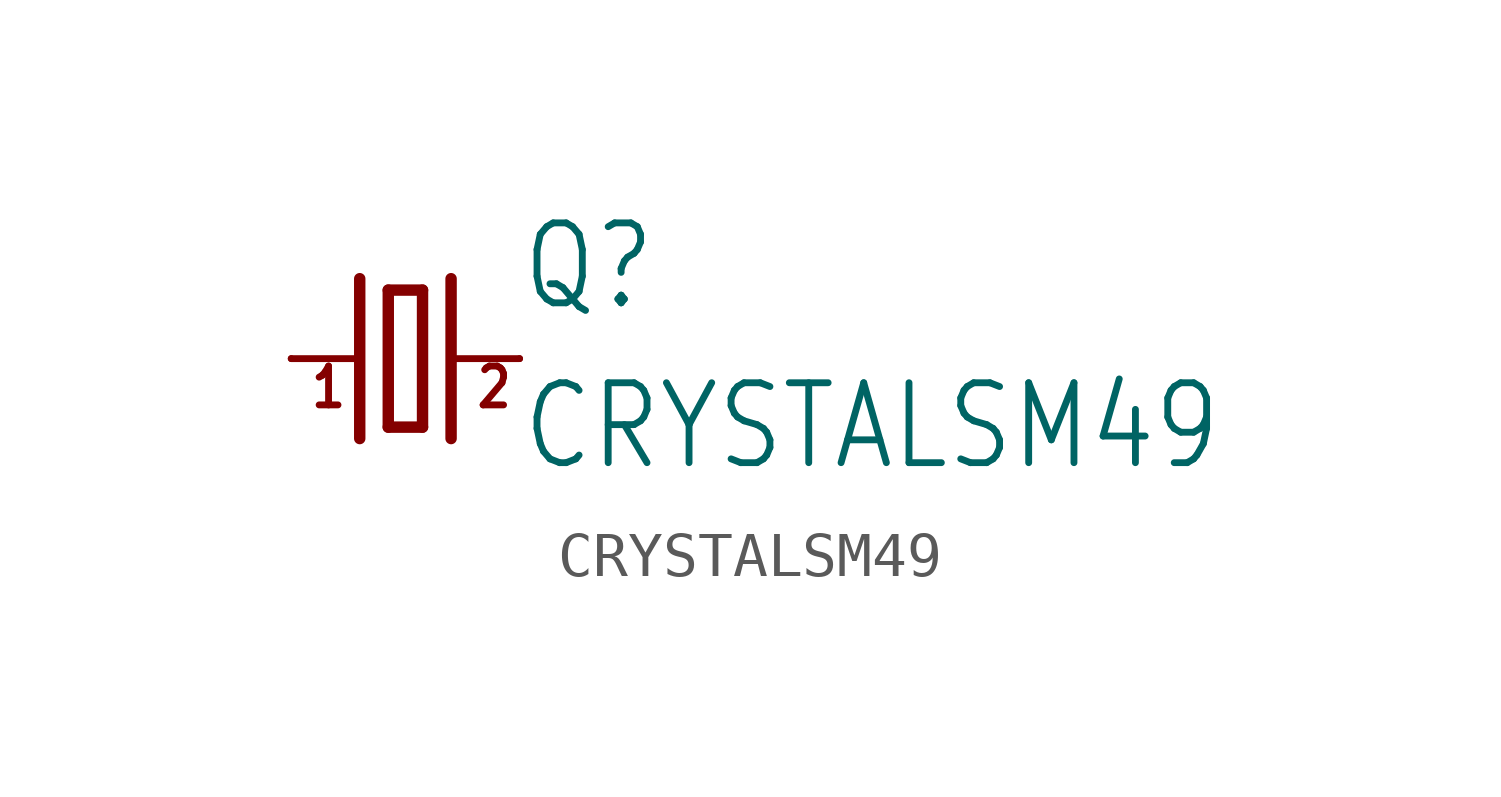
<source format=kicad_sym>
(kicad_symbol_lib
  (version 20220914)
  (generator kicad_symbol_editor)
  (symbol "CRYSTALSM49"
    (property "Reference" "Q"
      (at 2.54 1.016 0)
      (effects (font (size 1.778 1.511)) (justify left bottom)))
    (property "Value" "CRYSTALSM49"
      (at 2.54 -2.54 0)
      (effects (font (size 1.778 1.511)) (justify left bottom)))
    (property "ki_locked" ""
      (at 0 0 0)
      (effects (font (size 1.27 1.27))))
    (symbol "CRYSTALSM49_1_0"
      (polyline (pts (xy -2.54 0) (xy -1.016 0)) (stroke (width 0.152) (type default)) (fill (type none)))
      (polyline (pts (xy -1.016 1.778) (xy -1.016 -1.778)) (stroke (width 0.254) (type default)) (fill (type none)))
      (polyline (pts (xy -0.381 -1.524) (xy 0.381 -1.524)) (stroke (width 0.254) (type default)) (fill (type none)))
      (polyline (pts (xy -0.381 1.524) (xy -0.381 -1.524)) (stroke (width 0.254) (type default)) (fill (type none)))
      (polyline (pts (xy 0.381 -1.524) (xy 0.381 1.524)) (stroke (width 0.254) (type default)) (fill (type none)))
      (polyline (pts (xy 0.381 1.524) (xy -0.381 1.524)) (stroke (width 0.254) (type default)) (fill (type none)))
      (polyline (pts (xy 1.016 0) (xy 2.54 0)) (stroke (width 0.152) (type default)) (fill (type none)))
      (polyline (pts (xy 1.016 1.778) (xy 1.016 -1.778)) (stroke (width 0.254) (type default)) (fill (type none)))
      (text "1" (at -2.159 -1.143 0) (effects (font (size 0.864 0.734)) (justify left bottom)))
      (text "2" (at 1.524 -1.143 0) (effects (font (size 0.864 0.734)) (justify left bottom)))
      (pin passive line (at -2.54 0 0) (length 0) (name "1" (effects (font (size 0 0)))) (number "1" (effects (font (size 0 0)))))
      (pin passive line (at 2.54 0 180) (length 0) (name "2" (effects (font (size 0 0)))) (number "2" (effects (font (size 0 0))))))))
</source>
